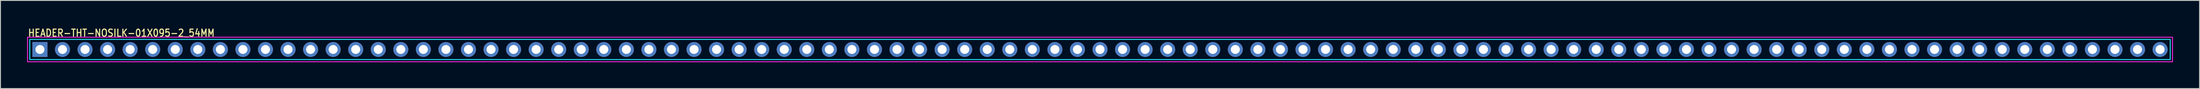
<source format=kicad_pcb>
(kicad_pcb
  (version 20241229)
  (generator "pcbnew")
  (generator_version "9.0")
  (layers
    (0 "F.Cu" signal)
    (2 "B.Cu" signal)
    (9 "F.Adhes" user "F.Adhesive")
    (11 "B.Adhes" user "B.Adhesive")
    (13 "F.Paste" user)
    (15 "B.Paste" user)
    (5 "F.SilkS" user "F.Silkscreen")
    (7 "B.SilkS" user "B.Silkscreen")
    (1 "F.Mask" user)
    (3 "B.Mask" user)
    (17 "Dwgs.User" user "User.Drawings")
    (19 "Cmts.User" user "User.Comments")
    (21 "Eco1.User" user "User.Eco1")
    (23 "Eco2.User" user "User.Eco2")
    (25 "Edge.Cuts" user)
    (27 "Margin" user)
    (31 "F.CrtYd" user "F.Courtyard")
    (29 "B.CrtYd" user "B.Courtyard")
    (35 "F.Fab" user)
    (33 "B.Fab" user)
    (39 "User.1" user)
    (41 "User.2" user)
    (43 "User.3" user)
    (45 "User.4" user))
  (footprint "HEADER-THT-NOSILK-01X095-2_54MM"
    (layer "F.Cu")
    (at 1.447 2.579)
    (property "Reference" "HEADER-THT-NOSILK-01X095-2_54MM" (at -1.4 -1.4 0) (unlocked yes) (layer "F.SilkS") (effects (font (size 0.813 0.695) (thickness 0.122)) (justify left bottom)))
    (fp_poly (pts (xy -1.143 -1.143) (xy 239.903 -1.143) (xy 239.903 1.143) (xy -1.143 1.143)) (stroke (width 0.1) (type solid)) (fill no) (layer "B.CrtYd"))
    (fp_poly (pts (xy -1.397 -1.397) (xy 240.157 -1.397) (xy 240.157 1.397) (xy -1.397 1.397)) (stroke (width 0.1) (type solid)) (fill no) (layer "F.CrtYd"))
    (pad "P$1" thru_hole rect (at 0 0) (size 1.693 1.693) (drill 1.016) (layers "*.Cu" "*.Mask"))
    (pad "P$2" thru_hole oval (at 2.54 0) (size 1.693 1.693) (drill 1.016) (layers "*.Cu" "*.Mask"))
    (pad "P$3" thru_hole oval (at 5.08 0) (size 1.693 1.693) (drill 1.016) (layers "*.Cu" "*.Mask"))
    (pad "P$4" thru_hole oval (at 7.62 0) (size 1.693 1.693) (drill 1.016) (layers "*.Cu" "*.Mask"))
    (pad "P$5" thru_hole oval (at 10.16 0) (size 1.693 1.693) (drill 1.016) (layers "*.Cu" "*.Mask"))
    (pad "P$6" thru_hole oval (at 12.7 0) (size 1.693 1.693) (drill 1.016) (layers "*.Cu" "*.Mask"))
    (pad "P$7" thru_hole oval (at 15.24 0) (size 1.693 1.693) (drill 1.016) (layers "*.Cu" "*.Mask"))
    (pad "P$8" thru_hole oval (at 17.78 0) (size 1.693 1.693) (drill 1.016) (layers "*.Cu" "*.Mask"))
    (pad "P$9" thru_hole oval (at 20.32 0) (size 1.693 1.693) (drill 1.016) (layers "*.Cu" "*.Mask"))
    (pad "P$10" thru_hole oval (at 22.86 0) (size 1.693 1.693) (drill 1.016) (layers "*.Cu" "*.Mask"))
    (pad "P$11" thru_hole oval (at 25.4 0) (size 1.693 1.693) (drill 1.016) (layers "*.Cu" "*.Mask"))
    (pad "P$12" thru_hole oval (at 27.94 0) (size 1.693 1.693) (drill 1.016) (layers "*.Cu" "*.Mask"))
    (pad "P$13" thru_hole oval (at 30.48 0) (size 1.693 1.693) (drill 1.016) (layers "*.Cu" "*.Mask"))
    (pad "P$14" thru_hole oval (at 33.02 0) (size 1.693 1.693) (drill 1.016) (layers "*.Cu" "*.Mask"))
    (pad "P$15" thru_hole oval (at 35.56 0) (size 1.693 1.693) (drill 1.016) (layers "*.Cu" "*.Mask"))
    (pad "P$16" thru_hole oval (at 38.1 0) (size 1.693 1.693) (drill 1.016) (layers "*.Cu" "*.Mask"))
    (pad "P$17" thru_hole oval (at 40.64 0) (size 1.693 1.693) (drill 1.016) (layers "*.Cu" "*.Mask"))
    (pad "P$18" thru_hole oval (at 43.18 0) (size 1.693 1.693) (drill 1.016) (layers "*.Cu" "*.Mask"))
    (pad "P$19" thru_hole oval (at 45.72 0) (size 1.693 1.693) (drill 1.016) (layers "*.Cu" "*.Mask"))
    (pad "P$20" thru_hole oval (at 48.26 0) (size 1.693 1.693) (drill 1.016) (layers "*.Cu" "*.Mask"))
    (pad "P$21" thru_hole oval (at 50.8 0) (size 1.693 1.693) (drill 1.016) (layers "*.Cu" "*.Mask"))
    (pad "P$22" thru_hole oval (at 53.34 0) (size 1.693 1.693) (drill 1.016) (layers "*.Cu" "*.Mask"))
    (pad "P$23" thru_hole oval (at 55.88 0) (size 1.693 1.693) (drill 1.016) (layers "*.Cu" "*.Mask"))
    (pad "P$24" thru_hole oval (at 58.42 0) (size 1.693 1.693) (drill 1.016) (layers "*.Cu" "*.Mask"))
    (pad "P$25" thru_hole oval (at 60.96 0) (size 1.693 1.693) (drill 1.016) (layers "*.Cu" "*.Mask"))
    (pad "P$26" thru_hole oval (at 63.5 0) (size 1.693 1.693) (drill 1.016) (layers "*.Cu" "*.Mask"))
    (pad "P$27" thru_hole oval (at 66.04 0) (size 1.693 1.693) (drill 1.016) (layers "*.Cu" "*.Mask"))
    (pad "P$28" thru_hole oval (at 68.58 0) (size 1.693 1.693) (drill 1.016) (layers "*.Cu" "*.Mask"))
    (pad "P$29" thru_hole oval (at 71.12 0) (size 1.693 1.693) (drill 1.016) (layers "*.Cu" "*.Mask"))
    (pad "P$30" thru_hole oval (at 73.66 0) (size 1.693 1.693) (drill 1.016) (layers "*.Cu" "*.Mask"))
    (pad "P$31" thru_hole oval (at 76.2 0) (size 1.693 1.693) (drill 1.016) (layers "*.Cu" "*.Mask"))
    (pad "P$32" thru_hole oval (at 78.74 0) (size 1.693 1.693) (drill 1.016) (layers "*.Cu" "*.Mask"))
    (pad "P$33" thru_hole oval (at 81.28 0) (size 1.693 1.693) (drill 1.016) (layers "*.Cu" "*.Mask"))
    (pad "P$34" thru_hole oval (at 83.82 0) (size 1.693 1.693) (drill 1.016) (layers "*.Cu" "*.Mask"))
    (pad "P$35" thru_hole oval (at 86.36 0) (size 1.693 1.693) (drill 1.016) (layers "*.Cu" "*.Mask"))
    (pad "P$36" thru_hole oval (at 88.9 0) (size 1.693 1.693) (drill 1.016) (layers "*.Cu" "*.Mask"))
    (pad "P$37" thru_hole oval (at 91.44 0) (size 1.693 1.693) (drill 1.016) (layers "*.Cu" "*.Mask"))
    (pad "P$38" thru_hole oval (at 93.98 0) (size 1.693 1.693) (drill 1.016) (layers "*.Cu" "*.Mask"))
    (pad "P$39" thru_hole oval (at 96.52 0) (size 1.693 1.693) (drill 1.016) (layers "*.Cu" "*.Mask"))
    (pad "P$40" thru_hole oval (at 99.06 0) (size 1.693 1.693) (drill 1.016) (layers "*.Cu" "*.Mask"))
    (pad "P$41" thru_hole oval (at 101.6 0) (size 1.693 1.693) (drill 1.016) (layers "*.Cu" "*.Mask"))
    (pad "P$42" thru_hole oval (at 104.14 0) (size 1.693 1.693) (drill 1.016) (layers "*.Cu" "*.Mask"))
    (pad "P$43" thru_hole oval (at 106.68 0) (size 1.693 1.693) (drill 1.016) (layers "*.Cu" "*.Mask"))
    (pad "P$44" thru_hole oval (at 109.22 0) (size 1.693 1.693) (drill 1.016) (layers "*.Cu" "*.Mask"))
    (pad "P$45" thru_hole oval (at 111.76 0) (size 1.693 1.693) (drill 1.016) (layers "*.Cu" "*.Mask"))
    (pad "P$46" thru_hole oval (at 114.3 0) (size 1.693 1.693) (drill 1.016) (layers "*.Cu" "*.Mask"))
    (pad "P$47" thru_hole oval (at 116.84 0) (size 1.693 1.693) (drill 1.016) (layers "*.Cu" "*.Mask"))
    (pad "P$48" thru_hole oval (at 119.38 0) (size 1.693 1.693) (drill 1.016) (layers "*.Cu" "*.Mask"))
    (pad "P$49" thru_hole oval (at 121.92 0) (size 1.693 1.693) (drill 1.016) (layers "*.Cu" "*.Mask"))
    (pad "P$50" thru_hole oval (at 124.46 0) (size 1.693 1.693) (drill 1.016) (layers "*.Cu" "*.Mask"))
    (pad "P$51" thru_hole oval (at 127 0) (size 1.693 1.693) (drill 1.016) (layers "*.Cu" "*.Mask"))
    (pad "P$52" thru_hole oval (at 129.54 0) (size 1.693 1.693) (drill 1.016) (layers "*.Cu" "*.Mask"))
    (pad "P$53" thru_hole oval (at 132.08 0) (size 1.693 1.693) (drill 1.016) (layers "*.Cu" "*.Mask"))
    (pad "P$54" thru_hole oval (at 134.62 0) (size 1.693 1.693) (drill 1.016) (layers "*.Cu" "*.Mask"))
    (pad "P$55" thru_hole oval (at 137.16 0) (size 1.693 1.693) (drill 1.016) (layers "*.Cu" "*.Mask"))
    (pad "P$56" thru_hole oval (at 139.7 0) (size 1.693 1.693) (drill 1.016) (layers "*.Cu" "*.Mask"))
    (pad "P$57" thru_hole oval (at 142.24 0) (size 1.693 1.693) (drill 1.016) (layers "*.Cu" "*.Mask"))
    (pad "P$58" thru_hole oval (at 144.78 0) (size 1.693 1.693) (drill 1.016) (layers "*.Cu" "*.Mask"))
    (pad "P$59" thru_hole oval (at 147.32 0) (size 1.693 1.693) (drill 1.016) (layers "*.Cu" "*.Mask"))
    (pad "P$60" thru_hole oval (at 149.86 0) (size 1.693 1.693) (drill 1.016) (layers "*.Cu" "*.Mask"))
    (pad "P$61" thru_hole oval (at 152.4 0) (size 1.693 1.693) (drill 1.016) (layers "*.Cu" "*.Mask"))
    (pad "P$62" thru_hole oval (at 154.94 0) (size 1.693 1.693) (drill 1.016) (layers "*.Cu" "*.Mask"))
    (pad "P$63" thru_hole oval (at 157.48 0) (size 1.693 1.693) (drill 1.016) (layers "*.Cu" "*.Mask"))
    (pad "P$64" thru_hole oval (at 160.02 0) (size 1.693 1.693) (drill 1.016) (layers "*.Cu" "*.Mask"))
    (pad "P$65" thru_hole oval (at 162.56 0) (size 1.693 1.693) (drill 1.016) (layers "*.Cu" "*.Mask"))
    (pad "P$66" thru_hole oval (at 165.1 0) (size 1.693 1.693) (drill 1.016) (layers "*.Cu" "*.Mask"))
    (pad "P$67" thru_hole oval (at 167.64 0) (size 1.693 1.693) (drill 1.016) (layers "*.Cu" "*.Mask"))
    (pad "P$68" thru_hole oval (at 170.18 0) (size 1.693 1.693) (drill 1.016) (layers "*.Cu" "*.Mask"))
    (pad "P$69" thru_hole oval (at 172.72 0) (size 1.693 1.693) (drill 1.016) (layers "*.Cu" "*.Mask"))
    (pad "P$70" thru_hole oval (at 175.26 0) (size 1.693 1.693) (drill 1.016) (layers "*.Cu" "*.Mask"))
    (pad "P$71" thru_hole oval (at 177.8 0) (size 1.693 1.693) (drill 1.016) (layers "*.Cu" "*.Mask"))
    (pad "P$72" thru_hole oval (at 180.34 0) (size 1.693 1.693) (drill 1.016) (layers "*.Cu" "*.Mask"))
    (pad "P$73" thru_hole oval (at 182.88 0) (size 1.693 1.693) (drill 1.016) (layers "*.Cu" "*.Mask"))
    (pad "P$74" thru_hole oval (at 185.42 0) (size 1.693 1.693) (drill 1.016) (layers "*.Cu" "*.Mask"))
    (pad "P$75" thru_hole oval (at 187.96 0) (size 1.693 1.693) (drill 1.016) (layers "*.Cu" "*.Mask"))
    (pad "P$76" thru_hole oval (at 190.5 0) (size 1.693 1.693) (drill 1.016) (layers "*.Cu" "*.Mask"))
    (pad "P$77" thru_hole oval (at 193.04 0) (size 1.693 1.693) (drill 1.016) (layers "*.Cu" "*.Mask"))
    (pad "P$78" thru_hole oval (at 195.58 0) (size 1.693 1.693) (drill 1.016) (layers "*.Cu" "*.Mask"))
    (pad "P$79" thru_hole oval (at 198.12 0) (size 1.693 1.693) (drill 1.016) (layers "*.Cu" "*.Mask"))
    (pad "P$80" thru_hole oval (at 200.66 0) (size 1.693 1.693) (drill 1.016) (layers "*.Cu" "*.Mask"))
    (pad "P$81" thru_hole oval (at 203.2 0) (size 1.693 1.693) (drill 1.016) (layers "*.Cu" "*.Mask"))
    (pad "P$82" thru_hole oval (at 205.74 0) (size 1.693 1.693) (drill 1.016) (layers "*.Cu" "*.Mask"))
    (pad "P$83" thru_hole oval (at 208.28 0) (size 1.693 1.693) (drill 1.016) (layers "*.Cu" "*.Mask"))
    (pad "P$84" thru_hole oval (at 210.82 0) (size 1.693 1.693) (drill 1.016) (layers "*.Cu" "*.Mask"))
    (pad "P$85" thru_hole oval (at 213.36 0) (size 1.693 1.693) (drill 1.016) (layers "*.Cu" "*.Mask"))
    (pad "P$86" thru_hole oval (at 215.9 0) (size 1.693 1.693) (drill 1.016) (layers "*.Cu" "*.Mask"))
    (pad "P$87" thru_hole oval (at 218.44 0) (size 1.693 1.693) (drill 1.016) (layers "*.Cu" "*.Mask"))
    (pad "P$88" thru_hole oval (at 220.98 0) (size 1.693 1.693) (drill 1.016) (layers "*.Cu" "*.Mask"))
    (pad "P$89" thru_hole oval (at 223.52 0) (size 1.693 1.693) (drill 1.016) (layers "*.Cu" "*.Mask"))
    (pad "P$90" thru_hole oval (at 226.06 0) (size 1.693 1.693) (drill 1.016) (layers "*.Cu" "*.Mask"))
    (pad "P$91" thru_hole oval (at 228.6 0) (size 1.693 1.693) (drill 1.016) (layers "*.Cu" "*.Mask"))
    (pad "P$92" thru_hole oval (at 231.14 0) (size 1.693 1.693) (drill 1.016) (layers "*.Cu" "*.Mask"))
    (pad "P$93" thru_hole oval (at 233.68 0) (size 1.693 1.693) (drill 1.016) (layers "*.Cu" "*.Mask"))
    (pad "P$94" thru_hole oval (at 236.22 0) (size 1.693 1.693) (drill 1.016) (layers "*.Cu" "*.Mask"))
    (pad "P$95" thru_hole oval (at 238.76 0) (size 1.693 1.693) (drill 1.016) (layers "*.Cu" "*.Mask")))
  (gr_rect
    (start -3 -3)
    (end 244.654 7.026)
    (stroke (width 0.1) (type default))
    (fill no)
    (layer "Edge.Cuts")))
</source>
